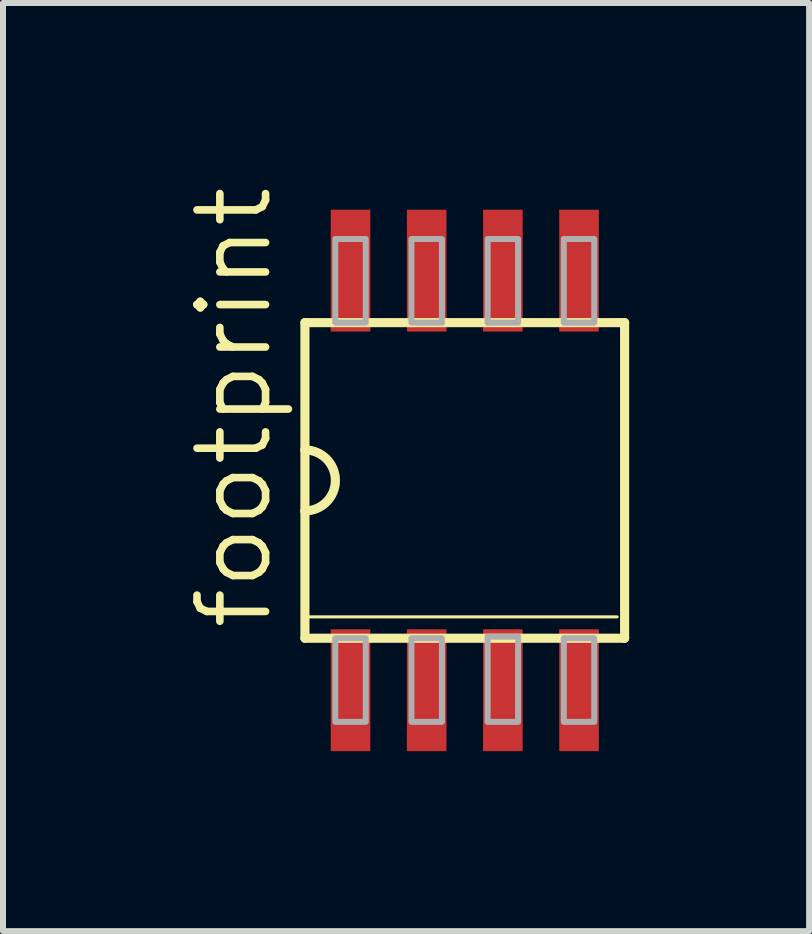
<source format=kicad_pcb>
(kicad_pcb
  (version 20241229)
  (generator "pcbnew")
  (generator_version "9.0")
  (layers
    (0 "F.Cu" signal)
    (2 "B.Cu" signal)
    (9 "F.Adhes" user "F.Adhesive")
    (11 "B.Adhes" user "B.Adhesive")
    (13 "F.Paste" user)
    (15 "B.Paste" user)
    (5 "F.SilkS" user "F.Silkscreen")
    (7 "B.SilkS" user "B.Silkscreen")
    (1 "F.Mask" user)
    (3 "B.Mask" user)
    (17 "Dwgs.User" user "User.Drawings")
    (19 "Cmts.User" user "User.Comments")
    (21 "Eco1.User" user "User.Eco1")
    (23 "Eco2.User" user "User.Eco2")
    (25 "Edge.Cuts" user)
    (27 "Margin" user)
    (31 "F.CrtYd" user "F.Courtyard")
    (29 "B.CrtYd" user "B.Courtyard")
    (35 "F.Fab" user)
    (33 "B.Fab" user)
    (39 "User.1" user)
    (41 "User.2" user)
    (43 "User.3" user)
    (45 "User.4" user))
  (footprint "footprint"
    (layer "F.Cu")
    (at 4.699 4.96)
    (property "Reference" "footprint" (at -3.175 2.54 90) (layer "F.SilkS") (effects (font (size 1.143 1.143) (thickness 0.127)) (justify left bottom)))
    (fp_line (start -2.665 -2.631) (end -2.665 -0.508) (stroke (width 0.152) (type solid)) (layer "F.SilkS"))
    (fp_line (start -2.665 -0.508) (end -2.665 0.508) (stroke (width 0.152) (type solid)) (layer "F.SilkS"))
    (fp_line (start -2.665 0.508) (end -2.665 2.631) (stroke (width 0.152) (type solid)) (layer "F.SilkS"))
    (fp_line (start -2.665 2.275) (end 2.54 2.275) (stroke (width 0.051) (type solid)) (layer "F.SilkS"))
    (fp_line (start -2.665 2.631) (end 2.665 2.631) (stroke (width 0.152) (type solid)) (layer "F.SilkS"))
    (fp_line (start 2.665 -2.631) (end -2.665 -2.631) (stroke (width 0.152) (type solid)) (layer "F.SilkS"))
    (fp_line (start 2.665 2.631) (end 2.665 -2.631) (stroke (width 0.152) (type solid)) (layer "F.SilkS"))
    (fp_arc (start -2.665 -0.508) (mid -2.157 0) (end -2.665 0.508) (stroke (width 0.1524) (type solid)) (layer "F.SilkS"))
    (fp_poly (pts (xy -2.159 -2.631) (xy -1.651 -2.631) (xy -1.651 -4.025) (xy -2.159 -4.025)) (stroke (width 0.1) (type solid)) (fill no) (layer "F.Fab"))
    (fp_poly (pts (xy -2.159 4.025) (xy -1.651 4.025) (xy -1.651 2.631) (xy -2.159 2.631)) (stroke (width 0.1) (type solid)) (fill no) (layer "F.Fab"))
    (fp_poly (pts (xy -0.889 -2.631) (xy -0.381 -2.631) (xy -0.381 -4.025) (xy -0.889 -4.025)) (stroke (width 0.1) (type solid)) (fill no) (layer "F.Fab"))
    (fp_poly (pts (xy -0.889 4.025) (xy -0.381 4.025) (xy -0.381 2.631) (xy -0.889 2.631)) (stroke (width 0.1) (type solid)) (fill no) (layer "F.Fab"))
    (fp_poly (pts (xy 0.381 -2.631) (xy 0.889 -2.631) (xy 0.889 -4.025) (xy 0.381 -4.025)) (stroke (width 0.1) (type solid)) (fill no) (layer "F.Fab"))
    (fp_poly (pts (xy 0.381 4.025) (xy 0.889 4.025) (xy 0.889 2.605) (xy 0.381 2.605)) (stroke (width 0.1) (type solid)) (fill no) (layer "F.Fab"))
    (fp_poly (pts (xy 1.651 -2.631) (xy 2.159 -2.631) (xy 2.159 -4.025) (xy 1.651 -4.025)) (stroke (width 0.1) (type solid)) (fill no) (layer "F.Fab"))
    (fp_poly (pts (xy 1.651 4.025) (xy 2.159 4.025) (xy 2.159 2.631) (xy 1.651 2.631)) (stroke (width 0.1) (type solid)) (fill no) (layer "F.Fab"))
    (pad "1" smd rect (at -1.905 3.498) (size 0.66 2.032) (layers "F.Cu" "F.Mask" "F.Paste"))
    (pad "2" smd rect (at -0.635 3.498) (size 0.66 2.032) (layers "F.Cu" "F.Mask" "F.Paste"))
    (pad "3" smd rect (at 0.635 3.498) (size 0.66 2.032) (layers "F.Cu" "F.Mask" "F.Paste"))
    (pad "4" smd rect (at 1.905 3.498) (size 0.66 2.032) (layers "F.Cu" "F.Mask" "F.Paste"))
    (pad "5" smd rect (at 1.905 -3.498) (size 0.66 2.032) (layers "F.Cu" "F.Mask" "F.Paste"))
    (pad "6" smd rect (at 0.635 -3.498) (size 0.66 2.032) (layers "F.Cu" "F.Mask" "F.Paste"))
    (pad "7" smd rect (at -0.635 -3.498) (size 0.66 2.032) (layers "F.Cu" "F.Mask" "F.Paste"))
    (pad "8" smd rect (at -1.905 -3.498) (size 0.66 2.032) (layers "F.Cu" "F.Mask" "F.Paste")))
  (gr_rect
    (start -3 -3)
    (end 10.44 12.475)
    (stroke (width 0.1) (type default))
    (fill no)
    (layer "Edge.Cuts")))
</source>
